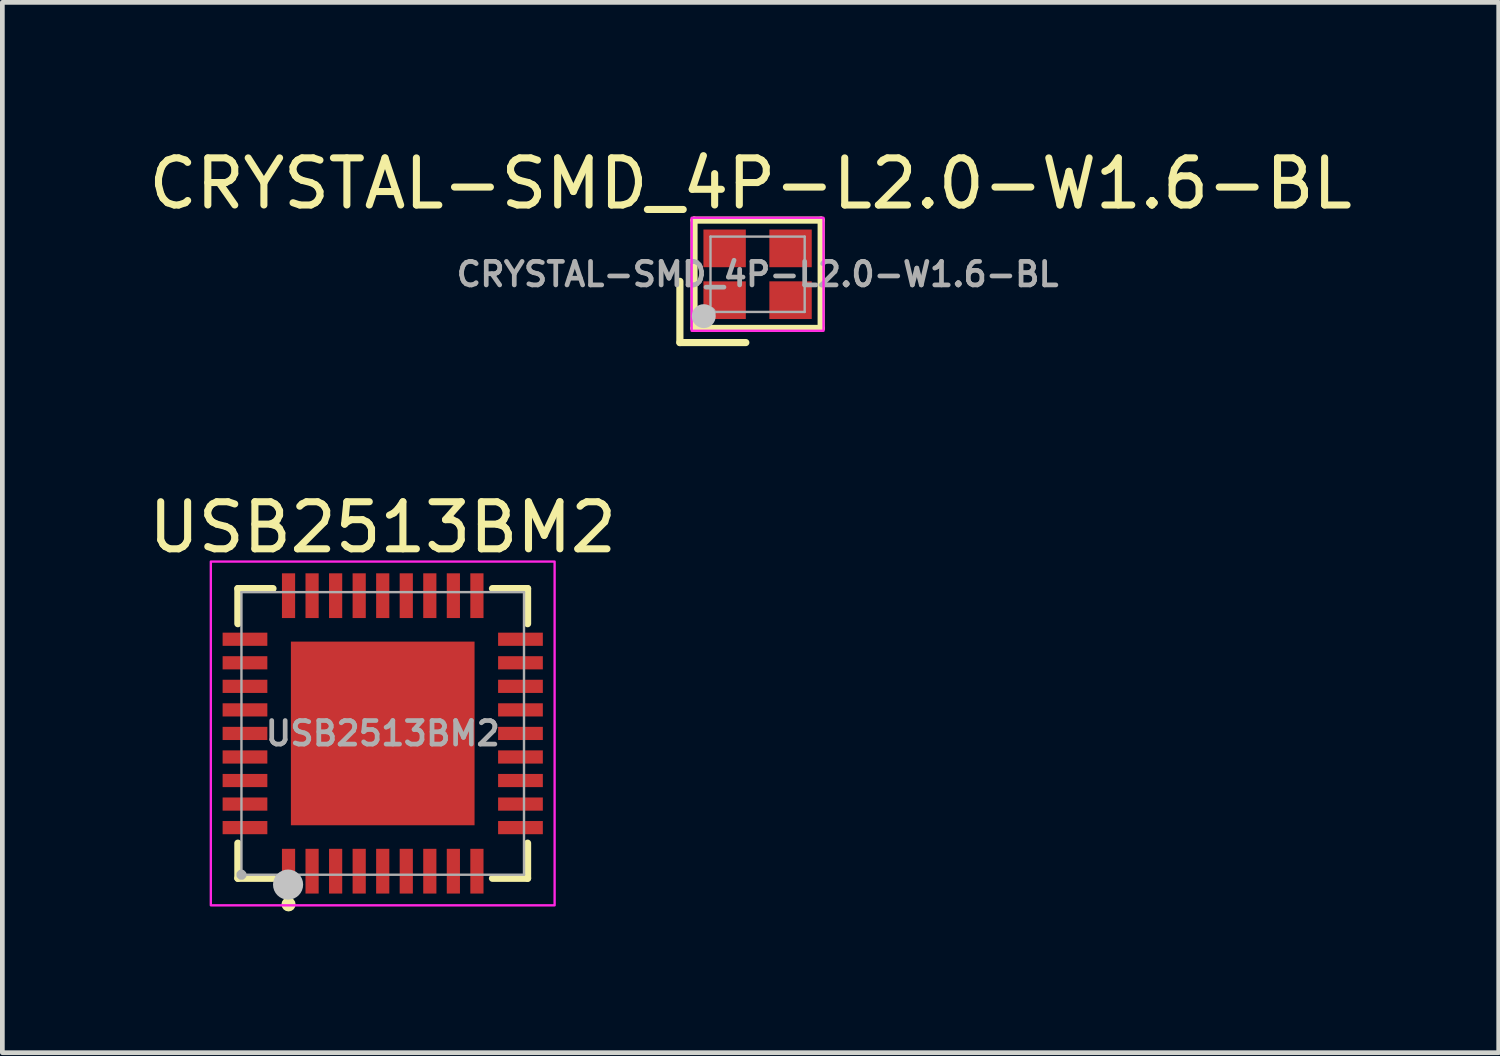
<source format=kicad_pcb>
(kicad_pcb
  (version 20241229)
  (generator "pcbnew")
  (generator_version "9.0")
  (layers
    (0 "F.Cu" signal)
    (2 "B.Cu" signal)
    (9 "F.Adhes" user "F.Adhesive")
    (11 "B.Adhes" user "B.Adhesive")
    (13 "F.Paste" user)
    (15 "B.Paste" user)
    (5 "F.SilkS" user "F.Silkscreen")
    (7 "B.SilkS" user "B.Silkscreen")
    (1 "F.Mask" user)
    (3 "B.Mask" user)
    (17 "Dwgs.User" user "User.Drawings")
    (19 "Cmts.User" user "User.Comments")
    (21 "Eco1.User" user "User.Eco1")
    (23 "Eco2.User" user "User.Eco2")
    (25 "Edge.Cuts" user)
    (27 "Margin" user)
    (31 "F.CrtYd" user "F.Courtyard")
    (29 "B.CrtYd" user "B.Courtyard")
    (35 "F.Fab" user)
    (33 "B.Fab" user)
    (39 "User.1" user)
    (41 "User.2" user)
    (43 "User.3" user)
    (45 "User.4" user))
  (footprint "USB2513BM2"
    (layer "F.Cu")
    (at 5.077 12.524)
    (property "Reference" "USB2513BM2" (at 0 -4.375 0) (layer "F.SilkS") (effects (font (size 1 1) (thickness 0.15))))
    (fp_line (start -3.076 -3.076) (end -2.33 -3.076) (stroke (width 0.152) (type default)) (layer "F.SilkS"))
    (fp_line (start -3.076 -2.33) (end -3.076 -3.076) (stroke (width 0.152) (type default)) (layer "F.SilkS"))
    (fp_line (start -3.076 2.33) (end -3.076 3.076) (stroke (width 0.152) (type default)) (layer "F.SilkS"))
    (fp_line (start -3.076 3.076) (end -2.33 3.076) (stroke (width 0.152) (type default)) (layer "F.SilkS"))
    (fp_line (start 3.076 -3.076) (end 2.33 -3.076) (stroke (width 0.152) (type default)) (layer "F.SilkS"))
    (fp_line (start 3.076 -2.33) (end 3.076 -3.076) (stroke (width 0.152) (type default)) (layer "F.SilkS"))
    (fp_line (start 3.076 2.33) (end 3.076 3.076) (stroke (width 0.152) (type default)) (layer "F.SilkS"))
    (fp_line (start 3.076 3.076) (end 2.33 3.076) (stroke (width 0.152) (type default)) (layer "F.SilkS"))
    (fp_circle (center -2 3.63) (end -1.925 3.63) (stroke (width 0.15) (type default)) (fill no) (layer "F.SilkS"))
    (fp_poly (pts (xy -3.4 -2.14) (xy -2.45 -2.14) (xy -2.45 -1.86) (xy -3.4 -1.86)) (stroke (width 0) (type default)) (fill yes) (layer "F.Paste"))
    (fp_poly (pts (xy -3.4 -1.64) (xy -2.45 -1.64) (xy -2.45 -1.36) (xy -3.4 -1.36)) (stroke (width 0) (type default)) (fill yes) (layer "F.Paste"))
    (fp_poly (pts (xy -3.4 -1.14) (xy -2.45 -1.14) (xy -2.45 -0.86) (xy -3.4 -0.86)) (stroke (width 0) (type default)) (fill yes) (layer "F.Paste"))
    (fp_poly (pts (xy -3.4 -0.64) (xy -2.45 -0.64) (xy -2.45 -0.36) (xy -3.4 -0.36)) (stroke (width 0) (type default)) (fill yes) (layer "F.Paste"))
    (fp_poly (pts (xy -3.4 -0.14) (xy -2.45 -0.14) (xy -2.45 0.14) (xy -3.4 0.14)) (stroke (width 0) (type default)) (fill yes) (layer "F.Paste"))
    (fp_poly (pts (xy -3.4 0.36) (xy -2.45 0.36) (xy -2.45 0.64) (xy -3.4 0.64)) (stroke (width 0) (type default)) (fill yes) (layer "F.Paste"))
    (fp_poly (pts (xy -3.4 0.86) (xy -2.45 0.86) (xy -2.45 1.14) (xy -3.4 1.14)) (stroke (width 0) (type default)) (fill yes) (layer "F.Paste"))
    (fp_poly (pts (xy -3.4 1.36) (xy -2.45 1.36) (xy -2.45 1.64) (xy -3.4 1.64)) (stroke (width 0) (type default)) (fill yes) (layer "F.Paste"))
    (fp_poly (pts (xy -3.4 1.86) (xy -2.45 1.86) (xy -2.45 2.14) (xy -3.4 2.14)) (stroke (width 0) (type default)) (fill yes) (layer "F.Paste"))
    (fp_poly (pts (xy -2.14 -3.4) (xy -1.86 -3.4) (xy -1.86 -2.45) (xy -2.14 -2.45)) (stroke (width 0) (type default)) (fill yes) (layer "F.Paste"))
    (fp_poly (pts (xy -2.14 2.45) (xy -1.86 2.45) (xy -1.86 3.4) (xy -2.14 3.4)) (stroke (width 0) (type default)) (fill yes) (layer "F.Paste"))
    (fp_poly (pts (xy -1.64 -3.4) (xy -1.36 -3.4) (xy -1.36 -2.45) (xy -1.64 -2.45)) (stroke (width 0) (type default)) (fill yes) (layer "F.Paste"))
    (fp_poly (pts (xy -1.64 2.45) (xy -1.36 2.45) (xy -1.36 3.4) (xy -1.64 3.4)) (stroke (width 0) (type default)) (fill yes) (layer "F.Paste"))
    (fp_poly (pts (xy -1.56 -1.56) (xy 1.56 -1.56) (xy 1.56 1.56) (xy -1.56 1.56)) (stroke (width 0) (type default)) (fill yes) (layer "F.Paste"))
    (fp_poly (pts (xy -1.14 -3.4) (xy -0.86 -3.4) (xy -0.86 -2.45) (xy -1.14 -2.45)) (stroke (width 0) (type default)) (fill yes) (layer "F.Paste"))
    (fp_poly (pts (xy -1.14 2.45) (xy -0.86 2.45) (xy -0.86 3.4) (xy -1.14 3.4)) (stroke (width 0) (type default)) (fill yes) (layer "F.Paste"))
    (fp_poly (pts (xy -0.64 -3.4) (xy -0.36 -3.4) (xy -0.36 -2.45) (xy -0.64 -2.45)) (stroke (width 0) (type default)) (fill yes) (layer "F.Paste"))
    (fp_poly (pts (xy -0.64 2.45) (xy -0.36 2.45) (xy -0.36 3.4) (xy -0.64 3.4)) (stroke (width 0) (type default)) (fill yes) (layer "F.Paste"))
    (fp_poly (pts (xy -0.14 -3.4) (xy 0.14 -3.4) (xy 0.14 -2.45) (xy -0.14 -2.45)) (stroke (width 0) (type default)) (fill yes) (layer "F.Paste"))
    (fp_poly (pts (xy -0.14 2.45) (xy 0.14 2.45) (xy 0.14 3.4) (xy -0.14 3.4)) (stroke (width 0) (type default)) (fill yes) (layer "F.Paste"))
    (fp_poly (pts (xy 0.36 -3.4) (xy 0.64 -3.4) (xy 0.64 -2.45) (xy 0.36 -2.45)) (stroke (width 0) (type default)) (fill yes) (layer "F.Paste"))
    (fp_poly (pts (xy 0.36 2.45) (xy 0.64 2.45) (xy 0.64 3.4) (xy 0.36 3.4)) (stroke (width 0) (type default)) (fill yes) (layer "F.Paste"))
    (fp_poly (pts (xy 0.86 -3.4) (xy 1.14 -3.4) (xy 1.14 -2.45) (xy 0.86 -2.45)) (stroke (width 0) (type default)) (fill yes) (layer "F.Paste"))
    (fp_poly (pts (xy 0.86 2.45) (xy 1.14 2.45) (xy 1.14 3.4) (xy 0.86 3.4)) (stroke (width 0) (type default)) (fill yes) (layer "F.Paste"))
    (fp_poly (pts (xy 1.36 -3.4) (xy 1.64 -3.4) (xy 1.64 -2.45) (xy 1.36 -2.45)) (stroke (width 0) (type default)) (fill yes) (layer "F.Paste"))
    (fp_poly (pts (xy 1.36 2.45) (xy 1.64 2.45) (xy 1.64 3.4) (xy 1.36 3.4)) (stroke (width 0) (type default)) (fill yes) (layer "F.Paste"))
    (fp_poly (pts (xy 1.86 -3.4) (xy 2.14 -3.4) (xy 2.14 -2.45) (xy 1.86 -2.45)) (stroke (width 0) (type default)) (fill yes) (layer "F.Paste"))
    (fp_poly (pts (xy 1.86 2.45) (xy 2.14 2.45) (xy 2.14 3.4) (xy 1.86 3.4)) (stroke (width 0) (type default)) (fill yes) (layer "F.Paste"))
    (fp_poly (pts (xy 2.45 -2.14) (xy 3.4 -2.14) (xy 3.4 -1.86) (xy 2.45 -1.86)) (stroke (width 0) (type default)) (fill yes) (layer "F.Paste"))
    (fp_poly (pts (xy 2.45 -1.64) (xy 3.4 -1.64) (xy 3.4 -1.36) (xy 2.45 -1.36)) (stroke (width 0) (type default)) (fill yes) (layer "F.Paste"))
    (fp_poly (pts (xy 2.45 -1.14) (xy 3.4 -1.14) (xy 3.4 -0.86) (xy 2.45 -0.86)) (stroke (width 0) (type default)) (fill yes) (layer "F.Paste"))
    (fp_poly (pts (xy 2.45 -0.64) (xy 3.4 -0.64) (xy 3.4 -0.36) (xy 2.45 -0.36)) (stroke (width 0) (type default)) (fill yes) (layer "F.Paste"))
    (fp_poly (pts (xy 2.45 -0.14) (xy 3.4 -0.14) (xy 3.4 0.14) (xy 2.45 0.14)) (stroke (width 0) (type default)) (fill yes) (layer "F.Paste"))
    (fp_poly (pts (xy 2.45 0.36) (xy 3.4 0.36) (xy 3.4 0.64) (xy 2.45 0.64)) (stroke (width 0) (type default)) (fill yes) (layer "F.Paste"))
    (fp_poly (pts (xy 2.45 0.86) (xy 3.4 0.86) (xy 3.4 1.14) (xy 2.45 1.14)) (stroke (width 0) (type default)) (fill yes) (layer "F.Paste"))
    (fp_poly (pts (xy 2.45 1.36) (xy 3.4 1.36) (xy 3.4 1.64) (xy 2.45 1.64)) (stroke (width 0) (type default)) (fill yes) (layer "F.Paste"))
    (fp_poly (pts (xy 2.45 1.86) (xy 3.4 1.86) (xy 3.4 2.14) (xy 2.45 2.14)) (stroke (width 0) (type default)) (fill yes) (layer "F.Paste"))
    (fp_circle (center -2.01 3.21) (end -1.85 3.21) (stroke (width 0.32) (type default)) (fill no) (layer "Dwgs.User"))
    (fp_rect (start -3.65 -3.65) (end 3.65 3.65) (stroke (width 0.05) (type default)) (fill no) (layer "F.CrtYd"))
    (fp_line (start -3 -3) (end 3 -3) (stroke (width 0.051) (type default)) (layer "F.Fab"))
    (fp_line (start -3 3) (end -3 -3) (stroke (width 0.051) (type default)) (layer "F.Fab"))
    (fp_line (start 3 -3) (end 3 3) (stroke (width 0.051) (type default)) (layer "F.Fab"))
    (fp_line (start 3 3) (end -3 3) (stroke (width 0.051) (type default)) (layer "F.Fab"))
    (fp_poly (pts (xy -2.945 2.977) (xy -2.977 2.945) (xy -3.023 2.945) (xy -3.055 2.977) (xy -3.055 3.023) (xy -3.023 3.055) (xy -2.977 3.055) (xy -2.945 3.023)) (stroke (width 0.1) (type default)) (fill no) (layer "F.Fab"))
    (fp_poly (pts (xy -2.45 -1.88) (xy -2.45 -2.12) (xy -3 -2.12) (xy -3 -1.88)) (stroke (width 0.1) (type default)) (fill no) (layer "User.1"))
    (fp_poly (pts (xy -2.45 -1.38) (xy -2.45 -1.62) (xy -3 -1.62) (xy -3 -1.38)) (stroke (width 0.1) (type default)) (fill no) (layer "User.1"))
    (fp_poly (pts (xy -2.45 -0.88) (xy -2.45 -1.12) (xy -3 -1.12) (xy -3 -0.88)) (stroke (width 0.1) (type default)) (fill no) (layer "User.1"))
    (fp_poly (pts (xy -2.45 -0.38) (xy -2.45 -0.62) (xy -3 -0.62) (xy -3 -0.38)) (stroke (width 0.1) (type default)) (fill no) (layer "User.1"))
    (fp_poly (pts (xy -2.45 0.12) (xy -2.45 -0.12) (xy -3 -0.12) (xy -3 0.12)) (stroke (width 0.1) (type default)) (fill no) (layer "User.1"))
    (fp_poly (pts (xy -2.45 0.62) (xy -2.45 0.38) (xy -3 0.38) (xy -3 0.62)) (stroke (width 0.1) (type default)) (fill no) (layer "User.1"))
    (fp_poly (pts (xy -2.45 1.12) (xy -2.45 0.88) (xy -3 0.88) (xy -3 1.12)) (stroke (width 0.1) (type default)) (fill no) (layer "User.1"))
    (fp_poly (pts (xy -2.45 1.62) (xy -2.45 1.38) (xy -3 1.38) (xy -3 1.62)) (stroke (width 0.1) (type default)) (fill no) (layer "User.1"))
    (fp_poly (pts (xy -2.45 2.12) (xy -2.45 1.88) (xy -3 1.88) (xy -3 2.12)) (stroke (width 0.1) (type default)) (fill no) (layer "User.1"))
    (fp_poly (pts (xy -2.12 -3) (xy -2.12 -2.45) (xy -1.88 -2.45) (xy -1.88 -3)) (stroke (width 0.1) (type default)) (fill no) (layer "User.1"))
    (fp_poly (pts (xy -2.12 3) (xy -2.12 2.45) (xy -1.88 2.45) (xy -1.88 3)) (stroke (width 0.1) (type default)) (fill no) (layer "User.1"))
    (fp_poly (pts (xy -1.95 -1.95) (xy 1.95 -1.95) (xy 1.95 1.95) (xy -1.95 1.95)) (stroke (width 0.1) (type default)) (fill no) (layer "User.1"))
    (fp_poly (pts (xy -1.62 -3) (xy -1.62 -2.45) (xy -1.38 -2.45) (xy -1.38 -3)) (stroke (width 0.1) (type default)) (fill no) (layer "User.1"))
    (fp_poly (pts (xy -1.62 3) (xy -1.62 2.45) (xy -1.38 2.45) (xy -1.38 3)) (stroke (width 0.1) (type default)) (fill no) (layer "User.1"))
    (fp_poly (pts (xy -1.12 -3) (xy -1.12 -2.45) (xy -0.88 -2.45) (xy -0.88 -3)) (stroke (width 0.1) (type default)) (fill no) (layer "User.1"))
    (fp_poly (pts (xy -1.12 3) (xy -1.12 2.45) (xy -0.88 2.45) (xy -0.88 3)) (stroke (width 0.1) (type default)) (fill no) (layer "User.1"))
    (fp_poly (pts (xy -0.62 -3) (xy -0.62 -2.45) (xy -0.38 -2.45) (xy -0.38 -3)) (stroke (width 0.1) (type default)) (fill no) (layer "User.1"))
    (fp_poly (pts (xy -0.62 3) (xy -0.62 2.45) (xy -0.38 2.45) (xy -0.38 3)) (stroke (width 0.1) (type default)) (fill no) (layer "User.1"))
    (fp_poly (pts (xy -0.12 -3) (xy -0.12 -2.45) (xy 0.12 -2.45) (xy 0.12 -3)) (stroke (width 0.1) (type default)) (fill no) (layer "User.1"))
    (fp_poly (pts (xy -0.12 3) (xy -0.12 2.45) (xy 0.12 2.45) (xy 0.12 3)) (stroke (width 0.1) (type default)) (fill no) (layer "User.1"))
    (fp_poly (pts (xy 0.38 -3) (xy 0.38 -2.45) (xy 0.62 -2.45) (xy 0.62 -3)) (stroke (width 0.1) (type default)) (fill no) (layer "User.1"))
    (fp_poly (pts (xy 0.38 3) (xy 0.38 2.45) (xy 0.62 2.45) (xy 0.62 3)) (stroke (width 0.1) (type default)) (fill no) (layer "User.1"))
    (fp_poly (pts (xy 0.88 -3) (xy 0.88 -2.45) (xy 1.12 -2.45) (xy 1.12 -3)) (stroke (width 0.1) (type default)) (fill no) (layer "User.1"))
    (fp_poly (pts (xy 0.88 3) (xy 0.88 2.45) (xy 1.12 2.45) (xy 1.12 3)) (stroke (width 0.1) (type default)) (fill no) (layer "User.1"))
    (fp_poly (pts (xy 1.38 -3) (xy 1.38 -2.45) (xy 1.62 -2.45) (xy 1.62 -3)) (stroke (width 0.1) (type default)) (fill no) (layer "User.1"))
    (fp_poly (pts (xy 1.38 3) (xy 1.38 2.45) (xy 1.62 2.45) (xy 1.62 3)) (stroke (width 0.1) (type default)) (fill no) (layer "User.1"))
    (fp_poly (pts (xy 1.88 -3) (xy 1.88 -2.45) (xy 2.12 -2.45) (xy 2.12 -3)) (stroke (width 0.1) (type default)) (fill no) (layer "User.1"))
    (fp_poly (pts (xy 1.88 3) (xy 1.88 2.45) (xy 2.12 2.45) (xy 2.12 3)) (stroke (width 0.1) (type default)) (fill no) (layer "User.1"))
    (fp_poly (pts (xy 2.45 -1.88) (xy 2.45 -2.12) (xy 3 -2.12) (xy 3 -1.88)) (stroke (width 0.1) (type default)) (fill no) (layer "User.1"))
    (fp_poly (pts (xy 2.45 -1.38) (xy 2.45 -1.62) (xy 3 -1.62) (xy 3 -1.38)) (stroke (width 0.1) (type default)) (fill no) (layer "User.1"))
    (fp_poly (pts (xy 2.45 -0.88) (xy 2.45 -1.12) (xy 3 -1.12) (xy 3 -0.88)) (stroke (width 0.1) (type default)) (fill no) (layer "User.1"))
    (fp_poly (pts (xy 2.45 -0.38) (xy 2.45 -0.62) (xy 3 -0.62) (xy 3 -0.38)) (stroke (width 0.1) (type default)) (fill no) (layer "User.1"))
    (fp_poly (pts (xy 2.45 0.12) (xy 2.45 -0.12) (xy 3 -0.12) (xy 3 0.12)) (stroke (width 0.1) (type default)) (fill no) (layer "User.1"))
    (fp_poly (pts (xy 2.45 0.62) (xy 2.45 0.38) (xy 3 0.38) (xy 3 0.62)) (stroke (width 0.1) (type default)) (fill no) (layer "User.1"))
    (fp_poly (pts (xy 2.45 1.12) (xy 2.45 0.88) (xy 3 0.88) (xy 3 1.12)) (stroke (width 0.1) (type default)) (fill no) (layer "User.1"))
    (fp_poly (pts (xy 2.45 1.62) (xy 2.45 1.38) (xy 3 1.38) (xy 3 1.62)) (stroke (width 0.1) (type default)) (fill no) (layer "User.1"))
    (fp_poly (pts (xy 2.45 2.12) (xy 2.45 1.88) (xy 3 1.88) (xy 3 2.12)) (stroke (width 0.1) (type default)) (fill no) (layer "User.1"))
    (fp_text user "${REFERENCE}" (at 0 0 0) (layer "F.Fab") (effects (font (size 0.5 0.5) (thickness 0.1))))
    (pad "1" smd rect (at -2 2.925) (size 0.28 0.95) (layers "F.Cu" "F.Mask" "F.Paste"))
    (pad "2" smd rect (at -1.5 2.925) (size 0.28 0.95) (layers "F.Cu" "F.Mask" "F.Paste"))
    (pad "3" smd rect (at -1 2.925) (size 0.28 0.95) (layers "F.Cu" "F.Mask" "F.Paste"))
    (pad "4" smd rect (at -0.5 2.925) (size 0.28 0.95) (layers "F.Cu" "F.Mask" "F.Paste"))
    (pad "5" smd rect (at 0 2.925) (size 0.28 0.95) (layers "F.Cu" "F.Mask" "F.Paste"))
    (pad "6" smd rect (at 0.5 2.925) (size 0.28 0.95) (layers "F.Cu" "F.Mask" "F.Paste"))
    (pad "7" smd rect (at 1 2.925) (size 0.28 0.95) (layers "F.Cu" "F.Mask" "F.Paste"))
    (pad "8" smd rect (at 1.5 2.925) (size 0.28 0.95) (layers "F.Cu" "F.Mask" "F.Paste"))
    (pad "9" smd rect (at 2 2.925) (size 0.28 0.95) (layers "F.Cu" "F.Mask" "F.Paste"))
    (pad "10" smd rect (at 2.925 2) (size 0.95 0.28) (layers "F.Cu" "F.Mask" "F.Paste"))
    (pad "11" smd rect (at 2.925 1.5) (size 0.95 0.28) (layers "F.Cu" "F.Mask" "F.Paste"))
    (pad "12" smd rect (at 2.925 1) (size 0.95 0.28) (layers "F.Cu" "F.Mask" "F.Paste"))
    (pad "13" smd rect (at 2.925 0.5) (size 0.95 0.28) (layers "F.Cu" "F.Mask" "F.Paste"))
    (pad "14" smd rect (at 2.925 0) (size 0.95 0.28) (layers "F.Cu" "F.Mask" "F.Paste"))
    (pad "15" smd rect (at 2.925 -0.5) (size 0.95 0.28) (layers "F.Cu" "F.Mask" "F.Paste"))
    (pad "16" smd rect (at 2.925 -1) (size 0.95 0.28) (layers "F.Cu" "F.Mask" "F.Paste"))
    (pad "17" smd rect (at 2.925 -1.5) (size 0.95 0.28) (layers "F.Cu" "F.Mask" "F.Paste"))
    (pad "18" smd rect (at 2.925 -2) (size 0.95 0.28) (layers "F.Cu" "F.Mask" "F.Paste"))
    (pad "19" smd rect (at 2 -2.925) (size 0.28 0.95) (layers "F.Cu" "F.Mask" "F.Paste"))
    (pad "20" smd rect (at 1.5 -2.925) (size 0.28 0.95) (layers "F.Cu" "F.Mask" "F.Paste"))
    (pad "21" smd rect (at 1 -2.925) (size 0.28 0.95) (layers "F.Cu" "F.Mask" "F.Paste"))
    (pad "22" smd rect (at 0.5 -2.925) (size 0.28 0.95) (layers "F.Cu" "F.Mask" "F.Paste"))
    (pad "23" smd rect (at 0 -2.925) (size 0.28 0.95) (layers "F.Cu" "F.Mask" "F.Paste"))
    (pad "24" smd rect (at -0.5 -2.925) (size 0.28 0.95) (layers "F.Cu" "F.Mask" "F.Paste"))
    (pad "25" smd rect (at -1 -2.925) (size 0.28 0.95) (layers "F.Cu" "F.Mask" "F.Paste"))
    (pad "26" smd rect (at -1.5 -2.925) (size 0.28 0.95) (layers "F.Cu" "F.Mask" "F.Paste"))
    (pad "27" smd rect (at -2 -2.925) (size 0.28 0.95) (layers "F.Cu" "F.Mask" "F.Paste"))
    (pad "28" smd rect (at -2.925 -2) (size 0.95 0.28) (layers "F.Cu" "F.Mask" "F.Paste"))
    (pad "29" smd rect (at -2.925 -1.5) (size 0.95 0.28) (layers "F.Cu" "F.Mask" "F.Paste"))
    (pad "30" smd rect (at -2.925 -1) (size 0.95 0.28) (layers "F.Cu" "F.Mask" "F.Paste"))
    (pad "31" smd rect (at -2.925 -0.5) (size 0.95 0.28) (layers "F.Cu" "F.Mask" "F.Paste"))
    (pad "32" smd rect (at -2.925 0) (size 0.95 0.28) (layers "F.Cu" "F.Mask" "F.Paste"))
    (pad "33" smd rect (at -2.925 0.5) (size 0.95 0.28) (layers "F.Cu" "F.Mask" "F.Paste"))
    (pad "34" smd rect (at -2.925 1) (size 0.95 0.28) (layers "F.Cu" "F.Mask" "F.Paste"))
    (pad "35" smd rect (at -2.925 1.5) (size 0.95 0.28) (layers "F.Cu" "F.Mask" "F.Paste"))
    (pad "36" smd rect (at -2.925 2) (size 0.95 0.28) (layers "F.Cu" "F.Mask" "F.Paste"))
    (pad "37" smd rect (at 0 0) (size 3.9 3.9) (layers "F.Cu" "F.Mask" "F.Paste")))
  (footprint "CRYSTAL-SMD_4P-L2.0-W1.6-BL"
    (layer "F.Cu")
    (at 13.037 2.774)
    (property "Reference" "CRYSTAL-SMD_4P-L2.0-W1.6-BL" (at -0.15 -1.926 0) (layer "F.SilkS") (effects (font (size 1 1) (thickness 0.15))))
    (fp_line (start -1.65 0.15) (end -1.65 1.45) (stroke (width 0.152) (type default)) (layer "F.SilkS"))
    (fp_line (start -1.65 1.45) (end -0.25 1.45) (stroke (width 0.152) (type default)) (layer "F.SilkS"))
    (fp_line (start -1.35 -1.15) (end 1.35 -1.15) (stroke (width 0.152) (type default)) (layer "F.SilkS"))
    (fp_line (start -1.35 1.15) (end -1.35 -1.15) (stroke (width 0.152) (type default)) (layer "F.SilkS"))
    (fp_line (start 1.35 -1.15) (end 1.35 1.15) (stroke (width 0.152) (type default)) (layer "F.SilkS"))
    (fp_line (start 1.35 1.15) (end -1.35 1.15) (stroke (width 0.152) (type default)) (layer "F.SilkS"))
    (fp_circle (center -1.143 0.889) (end -1.016 0.889) (stroke (width 0.254) (type default)) (fill no) (layer "Dwgs.User"))
    (fp_rect (start -1.4 -1.2) (end 1.4 1.2) (stroke (width 0.05) (type default)) (fill no) (layer "F.CrtYd"))
    (fp_line (start -1 -0.8) (end 1 -0.8) (stroke (width 0.051) (type default)) (layer "F.Fab"))
    (fp_line (start -1 0.8) (end -1 -0.8) (stroke (width 0.051) (type default)) (layer "F.Fab"))
    (fp_line (start 1 -0.8) (end 1 0.8) (stroke (width 0.051) (type default)) (layer "F.Fab"))
    (fp_line (start 1 0.8) (end -1 0.8) (stroke (width 0.051) (type default)) (layer "F.Fab"))
    (fp_poly (pts (xy -0.945 0.777) (xy -0.977 0.745) (xy -1.023 0.745) (xy -1.055 0.777) (xy -1.055 0.823) (xy -1.023 0.855) (xy -0.977 0.855) (xy -0.945 0.823)) (stroke (width 0.1) (type default)) (fill no) (layer "F.Fab"))
    (fp_poly (pts (xy -0.95 -0.275) (xy -0.95 -0.75) (xy -0.375 -0.75) (xy -0.375 -0.275)) (stroke (width 0.1) (type default)) (fill no) (layer "User.1"))
    (fp_poly (pts (xy -0.95 0.75) (xy -0.95 0.275) (xy -0.375 0.275) (xy -0.375 0.75)) (stroke (width 0.1) (type default)) (fill no) (layer "User.1"))
    (fp_poly (pts (xy 0.95 -0.75) (xy 0.95 -0.275) (xy 0.375 -0.275) (xy 0.375 -0.75)) (stroke (width 0.1) (type default)) (fill no) (layer "User.1"))
    (fp_poly (pts (xy 0.95 0.275) (xy 0.95 0.75) (xy 0.375 0.75) (xy 0.375 0.275)) (stroke (width 0.1) (type default)) (fill no) (layer "User.1"))
    (fp_text user "${REFERENCE}" (at 0 0 0) (layer "F.Fab") (effects (font (size 0.5 0.5) (thickness 0.1))))
    (pad "1" smd rect (at -0.7 0.55) (size 0.9 0.8) (layers "F.Cu" "F.Mask" "F.Paste"))
    (pad "2" smd rect (at 0.7 0.55) (size 0.9 0.8) (layers "F.Cu" "F.Mask" "F.Paste"))
    (pad "3" smd rect (at 0.7 -0.55) (size 0.9 0.8) (layers "F.Cu" "F.Mask" "F.Paste"))
    (pad "4" smd rect (at -0.7 -0.55) (size 0.9 0.8) (layers "F.Cu" "F.Mask" "F.Paste")))
  (gr_rect
    (start -3 -3)
    (end 28.774 19.303)
    (stroke (width 0.1) (type default))
    (fill no)
    (layer "Edge.Cuts")))
</source>
